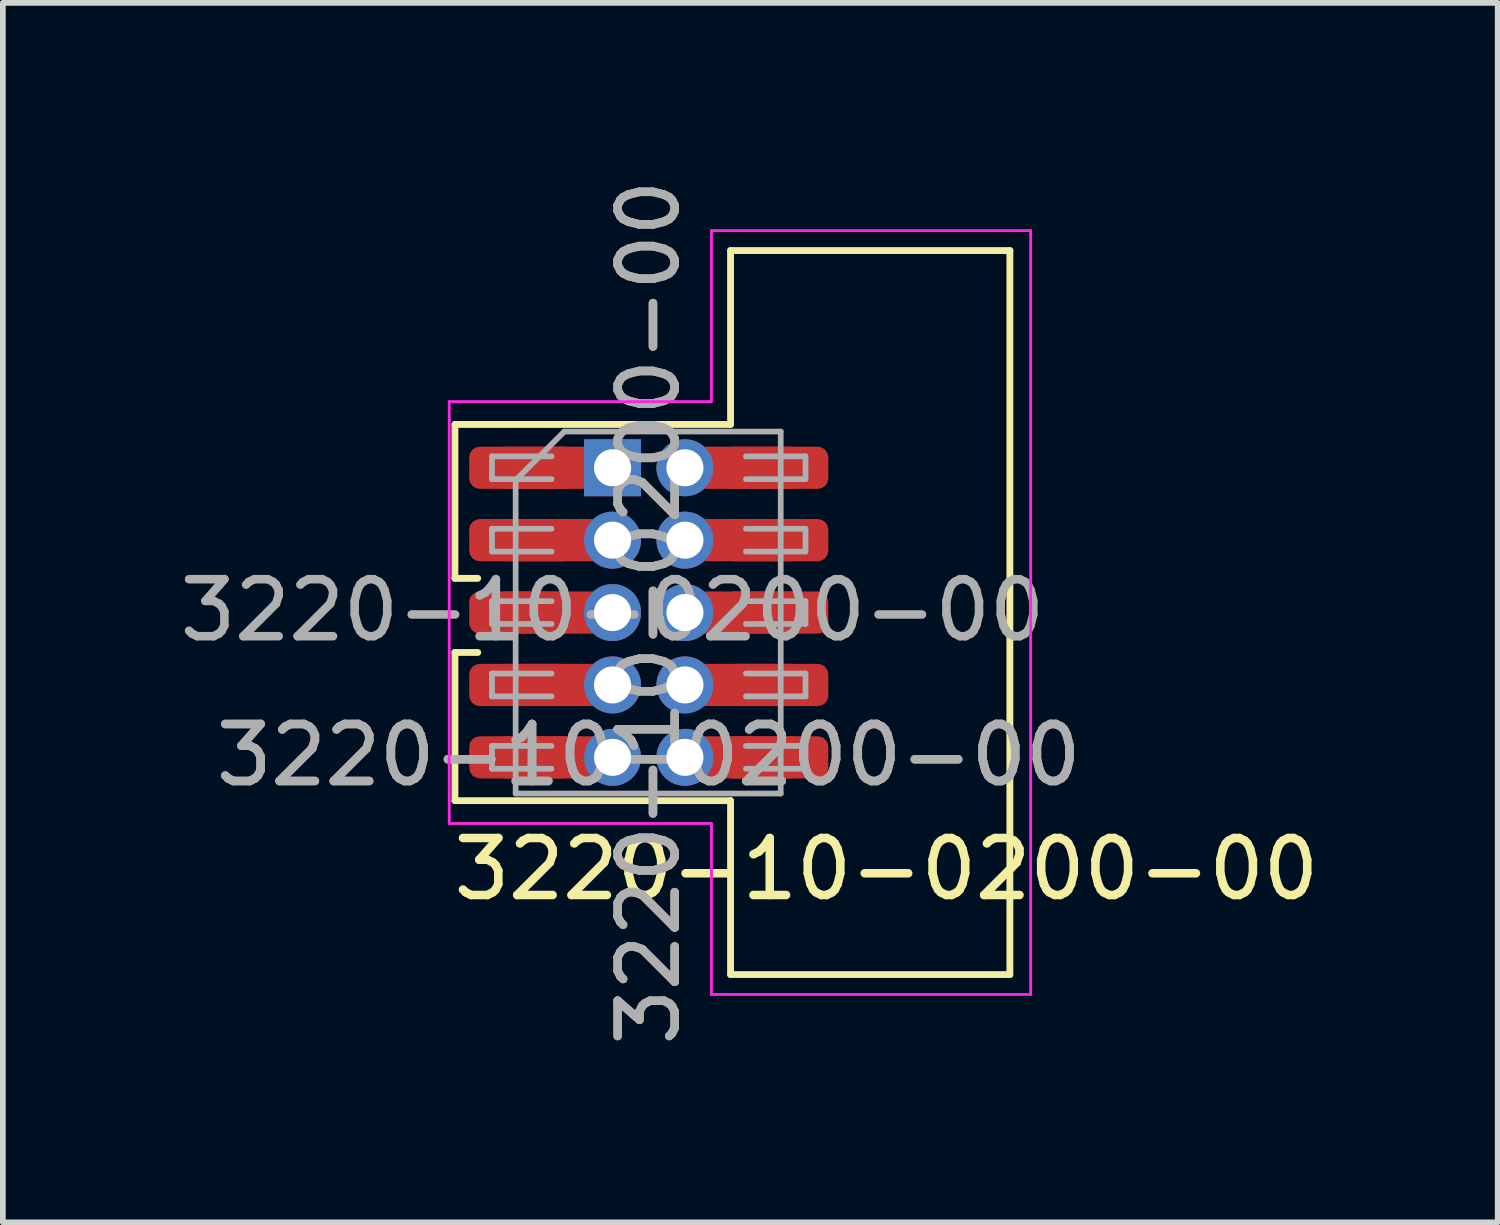
<source format=kicad_pcb>
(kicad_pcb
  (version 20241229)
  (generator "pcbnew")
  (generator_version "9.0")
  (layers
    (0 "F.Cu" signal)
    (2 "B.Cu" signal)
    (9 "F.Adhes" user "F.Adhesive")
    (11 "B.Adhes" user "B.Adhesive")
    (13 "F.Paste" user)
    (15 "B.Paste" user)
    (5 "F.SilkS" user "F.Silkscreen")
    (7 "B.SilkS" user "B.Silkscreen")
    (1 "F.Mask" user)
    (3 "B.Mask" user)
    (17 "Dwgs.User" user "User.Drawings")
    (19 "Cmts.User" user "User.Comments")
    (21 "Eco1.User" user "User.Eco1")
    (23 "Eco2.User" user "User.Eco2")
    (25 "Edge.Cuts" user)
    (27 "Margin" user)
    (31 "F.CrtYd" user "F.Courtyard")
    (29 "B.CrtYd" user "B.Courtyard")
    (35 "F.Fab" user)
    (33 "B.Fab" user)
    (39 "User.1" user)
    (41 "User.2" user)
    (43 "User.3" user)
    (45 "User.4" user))
  (footprint "3220-10-0200-00"
    (layer "F.Cu")
    (at 8.331 7.696)
    (property "Reference" "3220-10-0200-00" (at -3.5 4.5 0) (unlocked yes) (layer "F.SilkS") (effects (font (size 1 1) (thickness 0.15)) (justify left)))
    (attr through_hole)
    (fp_line (start -3.4 -3.3) (end -3.4 -0.6) (stroke (width 0.12) (type solid)) (layer "F.SilkS"))
    (fp_line (start -3.4 -3.3) (end 1.435 -3.3) (stroke (width 0.12) (type solid)) (layer "F.SilkS"))
    (fp_line (start -3.4 -0.6) (end -3 -0.6) (stroke (width 0.12) (type solid)) (layer "F.SilkS"))
    (fp_line (start -3.4 0.7) (end -3 0.7) (stroke (width 0.12) (type solid)) (layer "F.SilkS"))
    (fp_line (start -3.4 3.3) (end -3.4 0.7) (stroke (width 0.12) (type solid)) (layer "F.SilkS"))
    (fp_line (start 1.435 -6.35) (end 1.435 -3.3) (stroke (width 0.12) (type solid)) (layer "F.SilkS"))
    (fp_line (start 1.435 -6.35) (end 6.335 -6.35) (stroke (width 0.12) (type solid)) (layer "F.SilkS"))
    (fp_line (start 1.435 3.3) (end -3.4 3.3) (stroke (width 0.12) (type solid)) (layer "F.SilkS"))
    (fp_line (start 1.435 6.35) (end 1.435 3.3) (stroke (width 0.12) (type solid)) (layer "F.SilkS"))
    (fp_line (start 6.335 6.35) (end 1.435 6.35) (stroke (width 0.12) (type solid)) (layer "F.SilkS"))
    (fp_line (start 6.335 6.35) (end 6.335 -6.35) (stroke (width 0.12) (type solid)) (layer "F.SilkS"))
    (fp_line (start -3.5 -3.7) (end -3.5 3.7) (stroke (width 0.05) (type solid)) (layer "F.CrtYd"))
    (fp_line (start -3.5 3.7) (end 1.1 3.7) (stroke (width 0.05) (type solid)) (layer "F.CrtYd"))
    (fp_line (start 1.1 -6.7) (end 6.7 -6.7) (stroke (width 0.05) (type solid)) (layer "F.CrtYd"))
    (fp_line (start 1.1 -3.7) (end -3.5 -3.7) (stroke (width 0.05) (type solid)) (layer "F.CrtYd"))
    (fp_line (start 1.1 -3.7) (end 1.1 -6.7) (stroke (width 0.05) (type solid)) (layer "F.CrtYd"))
    (fp_line (start 1.1 6.7) (end 1.1 3.7) (stroke (width 0.05) (type solid)) (layer "F.CrtYd"))
    (fp_line (start 6.7 -6.7) (end 6.7 6.7) (stroke (width 0.05) (type solid)) (layer "F.CrtYd"))
    (fp_line (start 6.7 6.7) (end 1.1 6.7) (stroke (width 0.05) (type solid)) (layer "F.CrtYd"))
    (fp_line (start -2.75 -2.74) (end -2.75 -2.34) (stroke (width 0.1) (type solid)) (layer "F.Fab"))
    (fp_line (start -2.75 -2.34) (end -1.705 -2.34) (stroke (width 0.1) (type solid)) (layer "F.Fab"))
    (fp_line (start -2.75 -1.47) (end -2.75 -1.07) (stroke (width 0.1) (type solid)) (layer "F.Fab"))
    (fp_line (start -2.75 -1.07) (end -1.705 -1.07) (stroke (width 0.1) (type solid)) (layer "F.Fab"))
    (fp_line (start -2.75 -0.2) (end -2.75 0.2) (stroke (width 0.1) (type solid)) (layer "F.Fab"))
    (fp_line (start -2.75 0.2) (end -1.705 0.2) (stroke (width 0.1) (type solid)) (layer "F.Fab"))
    (fp_line (start -2.75 1.07) (end -2.75 1.47) (stroke (width 0.1) (type solid)) (layer "F.Fab"))
    (fp_line (start -2.75 1.47) (end -1.705 1.47) (stroke (width 0.1) (type solid)) (layer "F.Fab"))
    (fp_line (start -2.75 2.34) (end -2.75 2.74) (stroke (width 0.1) (type solid)) (layer "F.Fab"))
    (fp_line (start -2.75 2.74) (end -1.705 2.74) (stroke (width 0.1) (type solid)) (layer "F.Fab"))
    (fp_line (start -2.335 -2.322) (end -1.482 -3.175) (stroke (width 0.1) (type solid)) (layer "F.Fab"))
    (fp_line (start -2.335 3.175) (end -2.335 -2.322) (stroke (width 0.1) (type solid)) (layer "F.Fab"))
    (fp_line (start -1.705 -2.74) (end -2.75 -2.74) (stroke (width 0.1) (type solid)) (layer "F.Fab"))
    (fp_line (start -1.705 -1.47) (end -2.75 -1.47) (stroke (width 0.1) (type solid)) (layer "F.Fab"))
    (fp_line (start -1.705 -0.2) (end -2.75 -0.2) (stroke (width 0.1) (type solid)) (layer "F.Fab"))
    (fp_line (start -1.705 1.07) (end -2.75 1.07) (stroke (width 0.1) (type solid)) (layer "F.Fab"))
    (fp_line (start -1.705 2.34) (end -2.75 2.34) (stroke (width 0.1) (type solid)) (layer "F.Fab"))
    (fp_line (start -1.482 -3.175) (end 2.315 -3.175) (stroke (width 0.1) (type solid)) (layer "F.Fab"))
    (fp_line (start 1.705 -2.74) (end 2.75 -2.74) (stroke (width 0.1) (type solid)) (layer "F.Fab"))
    (fp_line (start 1.705 -1.47) (end 2.75 -1.47) (stroke (width 0.1) (type solid)) (layer "F.Fab"))
    (fp_line (start 1.705 -0.2) (end 2.75 -0.2) (stroke (width 0.1) (type solid)) (layer "F.Fab"))
    (fp_line (start 1.705 1.07) (end 2.75 1.07) (stroke (width 0.1) (type solid)) (layer "F.Fab"))
    (fp_line (start 1.705 2.34) (end 2.75 2.34) (stroke (width 0.1) (type solid)) (layer "F.Fab"))
    (fp_line (start 2.315 -3.175) (end 2.315 3.175) (stroke (width 0.1) (type solid)) (layer "F.Fab"))
    (fp_line (start 2.315 3.175) (end -2.335 3.175) (stroke (width 0.1) (type solid)) (layer "F.Fab"))
    (fp_line (start 2.75 -2.74) (end 2.75 -2.34) (stroke (width 0.1) (type solid)) (layer "F.Fab"))
    (fp_line (start 2.75 -2.34) (end 1.705 -2.34) (stroke (width 0.1) (type solid)) (layer "F.Fab"))
    (fp_line (start 2.75 -1.47) (end 2.75 -1.07) (stroke (width 0.1) (type solid)) (layer "F.Fab"))
    (fp_line (start 2.75 -1.07) (end 1.705 -1.07) (stroke (width 0.1) (type solid)) (layer "F.Fab"))
    (fp_line (start 2.75 -0.2) (end 2.75 0.2) (stroke (width 0.1) (type solid)) (layer "F.Fab"))
    (fp_line (start 2.75 0.2) (end 1.705 0.2) (stroke (width 0.1) (type solid)) (layer "F.Fab"))
    (fp_line (start 2.75 1.07) (end 2.75 1.47) (stroke (width 0.1) (type solid)) (layer "F.Fab"))
    (fp_line (start 2.75 1.47) (end 1.705 1.47) (stroke (width 0.1) (type solid)) (layer "F.Fab"))
    (fp_line (start 2.75 2.34) (end 2.75 2.74) (stroke (width 0.1) (type solid)) (layer "F.Fab"))
    (fp_line (start 2.75 2.74) (end 1.705 2.74) (stroke (width 0.1) (type solid)) (layer "F.Fab"))
    (fp_text user "${REFERENCE}" (at 0 0 90) (layer "F.Fab") (effects (font (size 1 1) (thickness 0.15))))
    (fp_text user "${REFERENCE}" (at -0.635 -0.04 0) (unlocked yes) (layer "F.Fab") (effects (font (size 1 1) (thickness 0.15))))
    (fp_text user "${REFERENCE}" (at 0 0 90) (layer "F.Fab") (effects (font (size 1 1) (thickness 0.15))))
    (fp_text user "${REFERENCE}" (at 0 2.5 0) (unlocked yes) (layer "F.Fab") (effects (font (size 1 1) (thickness 0.15))))
    (fp_text user "${REFERENCE}" (at 0 2.5 0) (unlocked yes) (layer "F.Fab") (effects (font (size 1 1) (thickness 0.15))))
    (pad "1" smd roundrect (at -2.225 -2.54) (size 1.85 0.74) (layers "F.Cu" "F.Mask" "F.Paste") (roundrect_rratio 0.25))
    (pad "1" smd roundrect (at -1.75 -2.54) (size 1.9 0.74) (layers "F.Cu") (roundrect_rratio 0.25))
    (pad "1" thru_hole rect (at -0.635 -2.54) (size 1 1) (drill 0.65) (layers "*.Cu" "*.Mask"))
    (pad "2" thru_hole oval (at 0.635 -2.54) (size 1 1) (drill 0.65) (layers "*.Cu" "*.Mask"))
    (pad "2" smd roundrect (at 1.75 -2.54) (size 1.9 0.74) (layers "F.Cu") (roundrect_rratio 0.25))
    (pad "2" smd roundrect (at 2.225 -2.54) (size 1.85 0.74) (layers "F.Cu" "F.Mask" "F.Paste") (roundrect_rratio 0.25))
    (pad "3" smd roundrect (at -2.225 -1.27) (size 1.85 0.74) (layers "F.Cu" "F.Mask" "F.Paste") (roundrect_rratio 0.25))
    (pad "3" smd roundrect (at -1.75 -1.27) (size 1.9 0.74) (layers "F.Cu") (roundrect_rratio 0.25))
    (pad "3" thru_hole oval (at -0.635 -1.27) (size 1 1) (drill 0.65) (layers "*.Cu" "*.Mask"))
    (pad "4" thru_hole oval (at 0.635 -1.27) (size 1 1) (drill 0.65) (layers "*.Cu" "*.Mask"))
    (pad "4" smd roundrect (at 1.75 -1.27) (size 1.9 0.74) (layers "F.Cu") (roundrect_rratio 0.25))
    (pad "4" smd roundrect (at 2.225 -1.27) (size 1.85 0.74) (layers "F.Cu" "F.Mask" "F.Paste") (roundrect_rratio 0.25))
    (pad "5" smd roundrect (at -2.225 0) (size 1.85 0.74) (layers "F.Cu" "F.Mask" "F.Paste") (roundrect_rratio 0.25))
    (pad "5" smd roundrect (at -1.75 0) (size 1.9 0.74) (layers "F.Cu") (roundrect_rratio 0.25))
    (pad "5" thru_hole oval (at -0.635 0) (size 1 1) (drill 0.65) (layers "*.Cu" "*.Mask"))
    (pad "6" thru_hole oval (at 0.635 0) (size 1 1) (drill 0.65) (layers "*.Cu" "*.Mask"))
    (pad "6" smd roundrect (at 1.75 0) (size 1.9 0.74) (layers "F.Cu") (roundrect_rratio 0.25))
    (pad "6" smd roundrect (at 2.225 0) (size 1.85 0.74) (layers "F.Cu" "F.Mask" "F.Paste") (roundrect_rratio 0.25))
    (pad "7" smd roundrect (at -2.225 1.27) (size 1.85 0.74) (layers "F.Cu" "F.Mask" "F.Paste") (roundrect_rratio 0.25))
    (pad "7" smd roundrect (at -1.75 1.27) (size 1.9 0.74) (layers "F.Cu") (roundrect_rratio 0.25))
    (pad "7" thru_hole oval (at -0.635 1.27) (size 1 1) (drill 0.65) (layers "*.Cu" "*.Mask"))
    (pad "8" thru_hole oval (at 0.635 1.27) (size 1 1) (drill 0.65) (layers "*.Cu" "*.Mask"))
    (pad "8" smd roundrect (at 1.75 1.27) (size 1.9 0.74) (layers "F.Cu") (roundrect_rratio 0.25))
    (pad "8" smd roundrect (at 2.225 1.27) (size 1.85 0.74) (layers "F.Cu" "F.Mask" "F.Paste") (roundrect_rratio 0.25))
    (pad "9" smd roundrect (at -2.225 2.54) (size 1.85 0.74) (layers "F.Cu" "F.Mask" "F.Paste") (roundrect_rratio 0.25))
    (pad "9" smd roundrect (at -1.75 2.54) (size 1.9 0.74) (layers "F.Cu") (roundrect_rratio 0.25))
    (pad "9" thru_hole oval (at -0.635 2.54) (size 1 1) (drill 0.65) (layers "*.Cu" "*.Mask"))
    (pad "10" thru_hole oval (at 0.635 2.54) (size 1 1) (drill 0.65) (layers "*.Cu" "*.Mask"))
    (pad "10" smd roundrect (at 1.75 2.54) (size 1.9 0.74) (layers "F.Cu") (roundrect_rratio 0.25))
    (pad "10" smd roundrect (at 2.225 2.54) (size 1.85 0.74) (layers "F.Cu" "F.Mask" "F.Paste") (roundrect_rratio 0.25)))
  (gr_rect
    (start -3 -3)
    (end 23.224 18.393)
    (stroke (width 0.1) (type default))
    (fill no)
    (layer "Edge.Cuts")))
</source>
